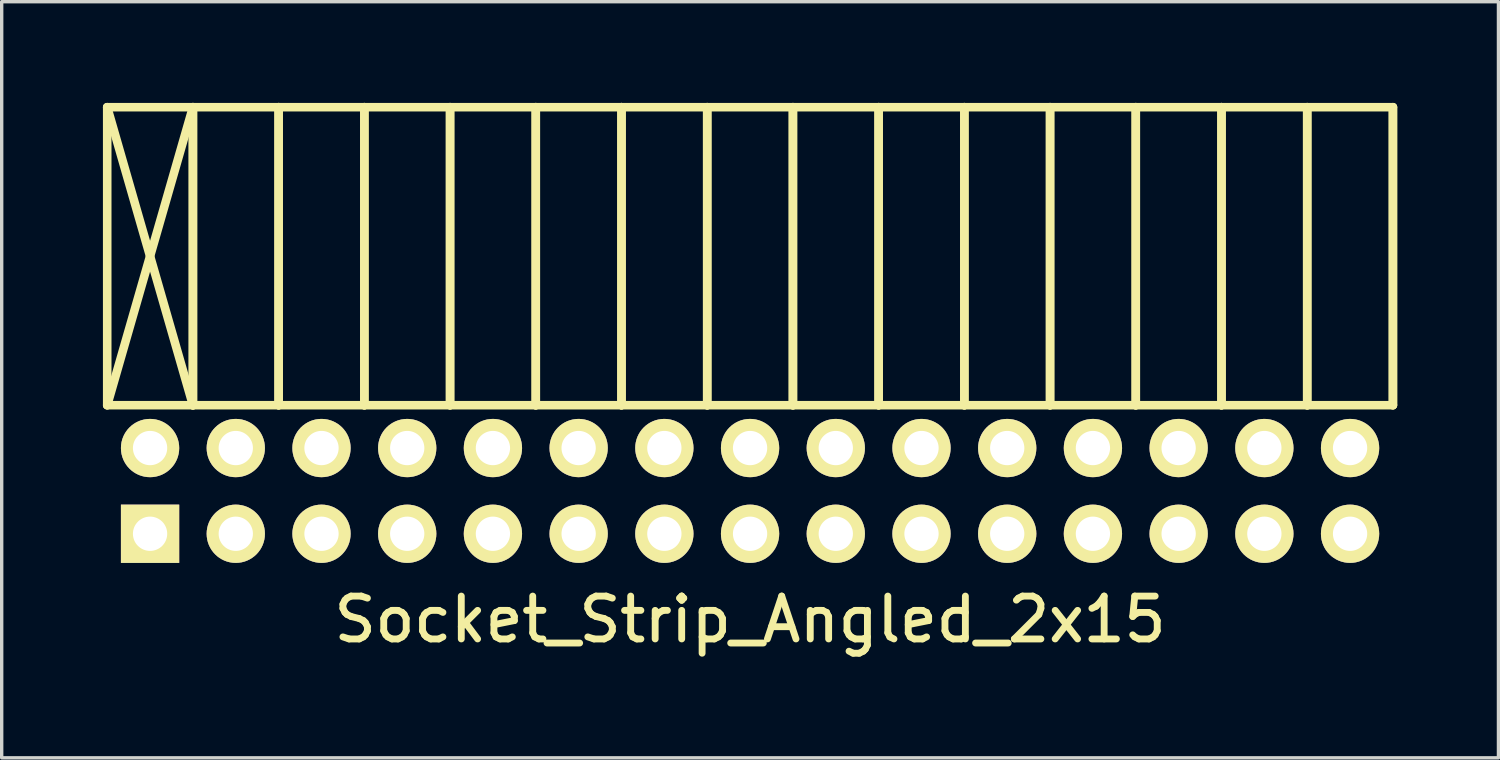
<source format=kicad_pcb>
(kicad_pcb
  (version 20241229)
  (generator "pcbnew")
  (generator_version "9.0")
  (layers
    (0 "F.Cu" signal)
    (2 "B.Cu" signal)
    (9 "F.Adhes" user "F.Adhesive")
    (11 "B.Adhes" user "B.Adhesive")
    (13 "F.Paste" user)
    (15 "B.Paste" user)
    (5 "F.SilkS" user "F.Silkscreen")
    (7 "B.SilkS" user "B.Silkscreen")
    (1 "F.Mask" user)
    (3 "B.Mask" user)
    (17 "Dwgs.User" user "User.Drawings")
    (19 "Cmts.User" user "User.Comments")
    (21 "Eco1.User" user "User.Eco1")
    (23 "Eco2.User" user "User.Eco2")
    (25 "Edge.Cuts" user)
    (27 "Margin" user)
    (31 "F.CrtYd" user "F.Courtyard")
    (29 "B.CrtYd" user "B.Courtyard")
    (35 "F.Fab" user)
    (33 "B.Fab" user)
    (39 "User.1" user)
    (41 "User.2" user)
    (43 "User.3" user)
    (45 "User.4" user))
  (footprint "Socket_Strip_Angled_2x15"
    (layer "F.Cu")
    (at 19.177 11.497)
    (property "Reference" "Socket_Strip_Angled_2x15" (at 0 3.81 0) (layer "F.SilkS") (effects (font (size 1.27 1.27) (thickness 0.203))))
    (attr through_hole)
    (fp_line (start -19.05 -11.37) (end -16.51 -11.37) (stroke (width 0.254) (type solid)) (layer "F.SilkS"))
    (fp_line (start -19.05 -11.37) (end -16.51 -2.54) (stroke (width 0.254) (type solid)) (layer "F.SilkS"))
    (fp_line (start -19.05 -2.54) (end -19.05 -11.37) (stroke (width 0.254) (type solid)) (layer "F.SilkS"))
    (fp_line (start -19.05 -2.54) (end -16.51 -11.37) (stroke (width 0.254) (type solid)) (layer "F.SilkS"))
    (fp_line (start -19.05 -2.54) (end -16.51 -2.54) (stroke (width 0.254) (type solid)) (layer "F.SilkS"))
    (fp_line (start -16.51 -11.37) (end -16.51 -2.54) (stroke (width 0.254) (type solid)) (layer "F.SilkS"))
    (fp_line (start -16.51 -11.37) (end -13.97 -11.37) (stroke (width 0.254) (type solid)) (layer "F.SilkS"))
    (fp_line (start -16.51 -2.54) (end -16.51 -11.37) (stroke (width 0.254) (type solid)) (layer "F.SilkS"))
    (fp_line (start -16.51 -2.54) (end -13.97 -2.54) (stroke (width 0.254) (type solid)) (layer "F.SilkS"))
    (fp_line (start -13.97 -11.37) (end -13.97 -2.54) (stroke (width 0.254) (type solid)) (layer "F.SilkS"))
    (fp_line (start -13.97 -11.37) (end -11.43 -11.37) (stroke (width 0.254) (type solid)) (layer "F.SilkS"))
    (fp_line (start -13.97 -2.54) (end -13.97 -11.37) (stroke (width 0.254) (type solid)) (layer "F.SilkS"))
    (fp_line (start -13.97 -2.54) (end -11.43 -2.54) (stroke (width 0.254) (type solid)) (layer "F.SilkS"))
    (fp_line (start -11.43 -11.37) (end -11.43 -2.54) (stroke (width 0.254) (type solid)) (layer "F.SilkS"))
    (fp_line (start -11.43 -11.37) (end -8.89 -11.37) (stroke (width 0.254) (type solid)) (layer "F.SilkS"))
    (fp_line (start -11.43 -2.54) (end -11.43 -11.37) (stroke (width 0.254) (type solid)) (layer "F.SilkS"))
    (fp_line (start -11.43 -2.54) (end -8.89 -2.54) (stroke (width 0.254) (type solid)) (layer "F.SilkS"))
    (fp_line (start -8.89 -11.37) (end -8.89 -2.54) (stroke (width 0.254) (type solid)) (layer "F.SilkS"))
    (fp_line (start -8.89 -11.37) (end -6.35 -11.37) (stroke (width 0.254) (type solid)) (layer "F.SilkS"))
    (fp_line (start -8.89 -2.54) (end -8.89 -11.37) (stroke (width 0.254) (type solid)) (layer "F.SilkS"))
    (fp_line (start -8.89 -2.54) (end -6.35 -2.54) (stroke (width 0.254) (type solid)) (layer "F.SilkS"))
    (fp_line (start -6.35 -11.37) (end -6.35 -2.54) (stroke (width 0.254) (type solid)) (layer "F.SilkS"))
    (fp_line (start -6.35 -11.37) (end -3.81 -11.37) (stroke (width 0.254) (type solid)) (layer "F.SilkS"))
    (fp_line (start -6.35 -2.54) (end -6.35 -11.37) (stroke (width 0.254) (type solid)) (layer "F.SilkS"))
    (fp_line (start -6.35 -2.54) (end -3.81 -2.54) (stroke (width 0.254) (type solid)) (layer "F.SilkS"))
    (fp_line (start -3.81 -11.37) (end -3.81 -2.54) (stroke (width 0.254) (type solid)) (layer "F.SilkS"))
    (fp_line (start -3.81 -11.37) (end -1.27 -11.37) (stroke (width 0.254) (type solid)) (layer "F.SilkS"))
    (fp_line (start -3.81 -2.54) (end -3.81 -11.37) (stroke (width 0.254) (type solid)) (layer "F.SilkS"))
    (fp_line (start -3.81 -2.54) (end -1.27 -2.54) (stroke (width 0.254) (type solid)) (layer "F.SilkS"))
    (fp_line (start -1.27 -11.37) (end -1.27 -2.54) (stroke (width 0.254) (type solid)) (layer "F.SilkS"))
    (fp_line (start -1.27 -11.37) (end 1.27 -11.37) (stroke (width 0.254) (type solid)) (layer "F.SilkS"))
    (fp_line (start -1.27 -2.54) (end -1.27 -11.37) (stroke (width 0.254) (type solid)) (layer "F.SilkS"))
    (fp_line (start -1.27 -2.54) (end 1.27 -2.54) (stroke (width 0.254) (type solid)) (layer "F.SilkS"))
    (fp_line (start 1.27 -11.37) (end 1.27 -2.54) (stroke (width 0.254) (type solid)) (layer "F.SilkS"))
    (fp_line (start 1.27 -11.37) (end 3.81 -11.37) (stroke (width 0.254) (type solid)) (layer "F.SilkS"))
    (fp_line (start 1.27 -2.54) (end 1.27 -11.37) (stroke (width 0.254) (type solid)) (layer "F.SilkS"))
    (fp_line (start 1.27 -2.54) (end 3.81 -2.54) (stroke (width 0.254) (type solid)) (layer "F.SilkS"))
    (fp_line (start 3.81 -11.37) (end 3.81 -2.54) (stroke (width 0.254) (type solid)) (layer "F.SilkS"))
    (fp_line (start 3.81 -11.37) (end 6.35 -11.37) (stroke (width 0.254) (type solid)) (layer "F.SilkS"))
    (fp_line (start 3.81 -2.54) (end 3.81 -11.37) (stroke (width 0.254) (type solid)) (layer "F.SilkS"))
    (fp_line (start 3.81 -2.54) (end 6.35 -2.54) (stroke (width 0.254) (type solid)) (layer "F.SilkS"))
    (fp_line (start 6.35 -11.37) (end 6.35 -2.54) (stroke (width 0.254) (type solid)) (layer "F.SilkS"))
    (fp_line (start 6.35 -11.37) (end 8.89 -11.37) (stroke (width 0.254) (type solid)) (layer "F.SilkS"))
    (fp_line (start 6.35 -2.54) (end 6.35 -11.37) (stroke (width 0.254) (type solid)) (layer "F.SilkS"))
    (fp_line (start 6.35 -2.54) (end 8.89 -2.54) (stroke (width 0.254) (type solid)) (layer "F.SilkS"))
    (fp_line (start 8.89 -11.37) (end 8.89 -2.54) (stroke (width 0.254) (type solid)) (layer "F.SilkS"))
    (fp_line (start 8.89 -11.37) (end 11.43 -11.37) (stroke (width 0.254) (type solid)) (layer "F.SilkS"))
    (fp_line (start 8.89 -2.54) (end 8.89 -11.37) (stroke (width 0.254) (type solid)) (layer "F.SilkS"))
    (fp_line (start 8.89 -2.54) (end 11.43 -2.54) (stroke (width 0.254) (type solid)) (layer "F.SilkS"))
    (fp_line (start 11.43 -11.37) (end 11.43 -2.54) (stroke (width 0.254) (type solid)) (layer "F.SilkS"))
    (fp_line (start 11.43 -11.37) (end 13.97 -11.37) (stroke (width 0.254) (type solid)) (layer "F.SilkS"))
    (fp_line (start 11.43 -2.54) (end 11.43 -11.37) (stroke (width 0.254) (type solid)) (layer "F.SilkS"))
    (fp_line (start 11.43 -2.54) (end 13.97 -2.54) (stroke (width 0.254) (type solid)) (layer "F.SilkS"))
    (fp_line (start 13.97 -11.37) (end 13.97 -2.54) (stroke (width 0.254) (type solid)) (layer "F.SilkS"))
    (fp_line (start 13.97 -11.37) (end 16.51 -11.37) (stroke (width 0.254) (type solid)) (layer "F.SilkS"))
    (fp_line (start 13.97 -2.54) (end 13.97 -11.37) (stroke (width 0.254) (type solid)) (layer "F.SilkS"))
    (fp_line (start 13.97 -2.54) (end 16.51 -2.54) (stroke (width 0.254) (type solid)) (layer "F.SilkS"))
    (fp_line (start 16.51 -11.37) (end 16.51 -2.54) (stroke (width 0.254) (type solid)) (layer "F.SilkS"))
    (fp_line (start 16.51 -11.37) (end 19.05 -11.37) (stroke (width 0.254) (type solid)) (layer "F.SilkS"))
    (fp_line (start 16.51 -2.54) (end 16.51 -11.37) (stroke (width 0.254) (type solid)) (layer "F.SilkS"))
    (fp_line (start 16.51 -2.54) (end 19.05 -2.54) (stroke (width 0.254) (type solid)) (layer "F.SilkS"))
    (fp_line (start 19.05 -11.37) (end 19.05 -2.54) (stroke (width 0.254) (type solid)) (layer "F.SilkS"))
    (fp_line (start 19.05 -2.54) (end 19.05 -11.37) (stroke (width 0.254) (type solid)) (layer "F.SilkS"))
    (pad "1" thru_hole rect (at -17.78 1.27) (size 1.727 1.727) (drill 1.016) (layers "*.Cu" "*.Mask" "F.SilkS"))
    (pad "2" thru_hole oval (at -15.24 1.27) (size 1.727 1.727) (drill 1.016) (layers "*.Cu" "*.Mask" "F.SilkS"))
    (pad "3" thru_hole oval (at -12.7 1.27) (size 1.727 1.727) (drill 1.016) (layers "*.Cu" "*.Mask" "F.SilkS"))
    (pad "4" thru_hole oval (at -10.16 1.27) (size 1.727 1.727) (drill 1.016) (layers "*.Cu" "*.Mask" "F.SilkS"))
    (pad "5" thru_hole oval (at -7.62 1.27) (size 1.727 1.727) (drill 1.016) (layers "*.Cu" "*.Mask" "F.SilkS"))
    (pad "6" thru_hole oval (at -5.08 1.27) (size 1.727 1.727) (drill 1.016) (layers "*.Cu" "*.Mask" "F.SilkS"))
    (pad "7" thru_hole oval (at -2.54 1.27) (size 1.727 1.727) (drill 1.016) (layers "*.Cu" "*.Mask" "F.SilkS"))
    (pad "8" thru_hole oval (at 0 1.27) (size 1.727 1.727) (drill 1.016) (layers "*.Cu" "*.Mask" "F.SilkS"))
    (pad "9" thru_hole oval (at 2.54 1.27) (size 1.727 1.727) (drill 1.016) (layers "*.Cu" "*.Mask" "F.SilkS"))
    (pad "10" thru_hole oval (at 5.08 1.27) (size 1.727 1.727) (drill 1.016) (layers "*.Cu" "*.Mask" "F.SilkS"))
    (pad "11" thru_hole oval (at 7.62 1.27) (size 1.727 1.727) (drill 1.016) (layers "*.Cu" "*.Mask" "F.SilkS"))
    (pad "12" thru_hole oval (at 10.16 1.27) (size 1.727 1.727) (drill 1.016) (layers "*.Cu" "*.Mask" "F.SilkS"))
    (pad "13" thru_hole oval (at 12.7 1.27) (size 1.727 1.727) (drill 1.016) (layers "*.Cu" "*.Mask" "F.SilkS"))
    (pad "14" thru_hole oval (at 15.24 1.27) (size 1.727 1.727) (drill 1.016) (layers "*.Cu" "*.Mask" "F.SilkS"))
    (pad "15" thru_hole oval (at 17.78 1.27) (size 1.727 1.727) (drill 1.016) (layers "*.Cu" "*.Mask" "F.SilkS"))
    (pad "16" thru_hole oval (at 17.78 -1.27) (size 1.727 1.727) (drill 1.016) (layers "*.Cu" "*.Mask" "F.SilkS"))
    (pad "17" thru_hole oval (at 15.24 -1.27) (size 1.727 1.727) (drill 1.016) (layers "*.Cu" "*.Mask" "F.SilkS"))
    (pad "18" thru_hole oval (at 12.7 -1.27) (size 1.727 1.727) (drill 1.016) (layers "*.Cu" "*.Mask" "F.SilkS"))
    (pad "19" thru_hole oval (at 10.16 -1.27) (size 1.727 1.727) (drill 1.016) (layers "*.Cu" "*.Mask" "F.SilkS"))
    (pad "20" thru_hole oval (at 7.62 -1.27) (size 1.727 1.727) (drill 1.016) (layers "*.Cu" "*.Mask" "F.SilkS"))
    (pad "21" thru_hole oval (at 5.08 -1.27) (size 1.727 1.727) (drill 1.016) (layers "*.Cu" "*.Mask" "F.SilkS"))
    (pad "22" thru_hole oval (at 2.54 -1.27) (size 1.727 1.727) (drill 1.016) (layers "*.Cu" "*.Mask" "F.SilkS"))
    (pad "23" thru_hole oval (at 0 -1.27) (size 1.727 1.727) (drill 1.016) (layers "*.Cu" "*.Mask" "F.SilkS"))
    (pad "24" thru_hole oval (at -2.54 -1.27) (size 1.727 1.727) (drill 1.016) (layers "*.Cu" "*.Mask" "F.SilkS"))
    (pad "25" thru_hole oval (at -5.08 -1.27) (size 1.727 1.727) (drill 1.016) (layers "*.Cu" "*.Mask" "F.SilkS"))
    (pad "26" thru_hole oval (at -7.62 -1.27) (size 1.727 1.727) (drill 1.016) (layers "*.Cu" "*.Mask" "F.SilkS"))
    (pad "27" thru_hole oval (at -10.16 -1.27) (size 1.727 1.727) (drill 1.016) (layers "*.Cu" "*.Mask" "F.SilkS"))
    (pad "28" thru_hole oval (at -12.7 -1.27) (size 1.727 1.727) (drill 1.016) (layers "*.Cu" "*.Mask" "F.SilkS"))
    (pad "29" thru_hole oval (at -15.24 -1.27) (size 1.727 1.727) (drill 1.016) (layers "*.Cu" "*.Mask" "F.SilkS"))
    (pad "30" thru_hole oval (at -17.78 -1.27) (size 1.727 1.727) (drill 1.016) (layers "*.Cu" "*.Mask" "F.SilkS")))
  (gr_rect
    (start -3 -3)
    (end 41.354 19.407)
    (stroke (width 0.1) (type default))
    (fill no)
    (layer "Edge.Cuts")))
</source>
